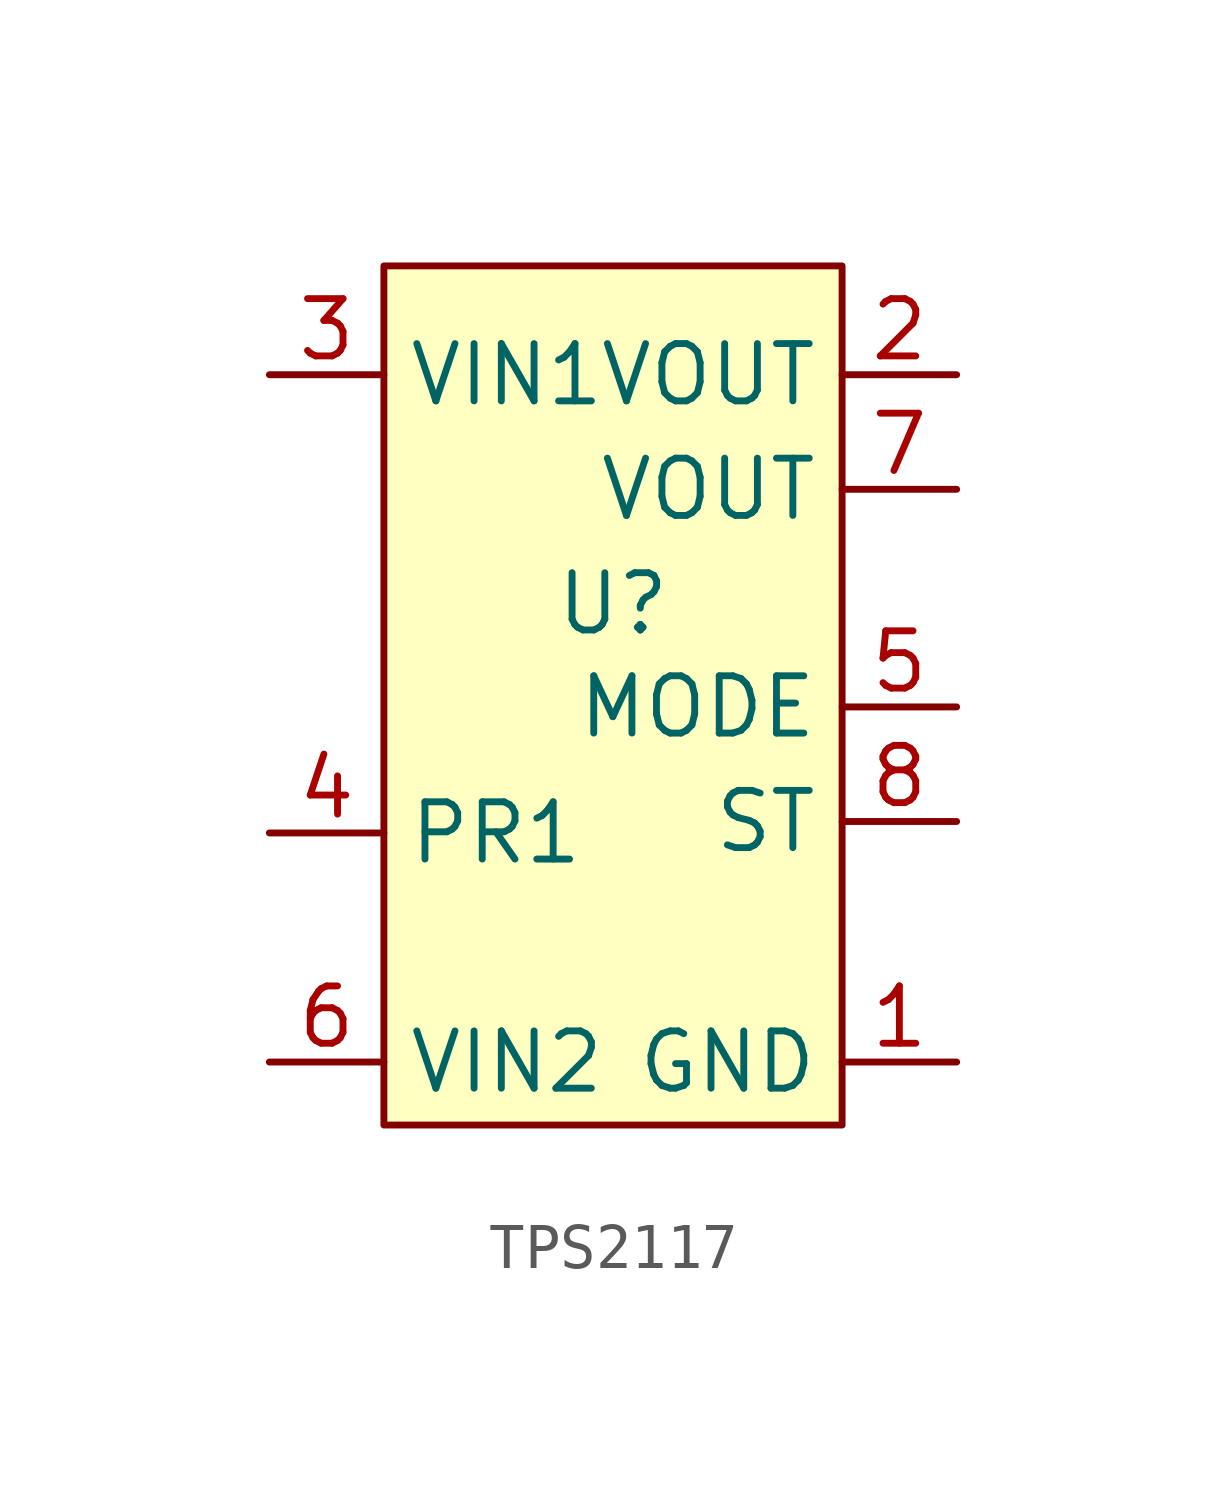
<source format=kicad_sym>
(kicad_symbol_lib
  (version 20231120)
  (generator "kicad_symbol_editor")
  (generator_version "8.0")
  (symbol "TPS2117"
    (property "Reference" "U"
      (at 0 -1.778 0)
      (effects (font (size 1.27 1.27))))
    (property "Value" ""
      (at 0 0 0)
      (effects (font (size 1.27 1.27))))
    (symbol "TPS2117_1_1"
      (rectangle (start -5.08 5.715) (end 5.08 -13.335) (stroke (width 0) (type default)) (fill (type background)))
      (pin input line (at 7.62 -11.938 180) (length 2.54) (name "GND" (effects (font (size 1.27 1.27)))) (number "1" (effects (font (size 1.27 1.27)))))
      (pin output line (at 7.62 3.302 180) (length 2.54) (name "VOUT" (effects (font (size 1.27 1.27)))) (number "2" (effects (font (size 1.27 1.27)))))
      (pin input line (at -7.62 3.302 0) (length 2.54) (name "VIN1" (effects (font (size 1.27 1.27)))) (number "3" (effects (font (size 1.27 1.27)))))
      (pin input line (at -7.62 -6.858 0) (length 2.54) (name "PR1" (effects (font (size 1.27 1.27)))) (number "4" (effects (font (size 1.27 1.27)))))
      (pin input line (at 7.62 -4.064 180) (length 2.54) (name "MODE" (effects (font (size 1.27 1.27)))) (number "5" (effects (font (size 1.27 1.27)))))
      (pin input line (at -7.62 -11.938 0) (length 2.54) (name "VIN2" (effects (font (size 1.27 1.27)))) (number "6" (effects (font (size 1.27 1.27)))))
      (pin output line (at 7.62 0.762 180) (length 2.54) (name "VOUT" (effects (font (size 1.27 1.27)))) (number "7" (effects (font (size 1.27 1.27)))))
      (pin input line (at 7.62 -6.604 180) (length 2.54) (name "ST" (effects (font (size 1.27 1.27)))) (number "8" (effects (font (size 1.27 1.27))))))))
</source>
